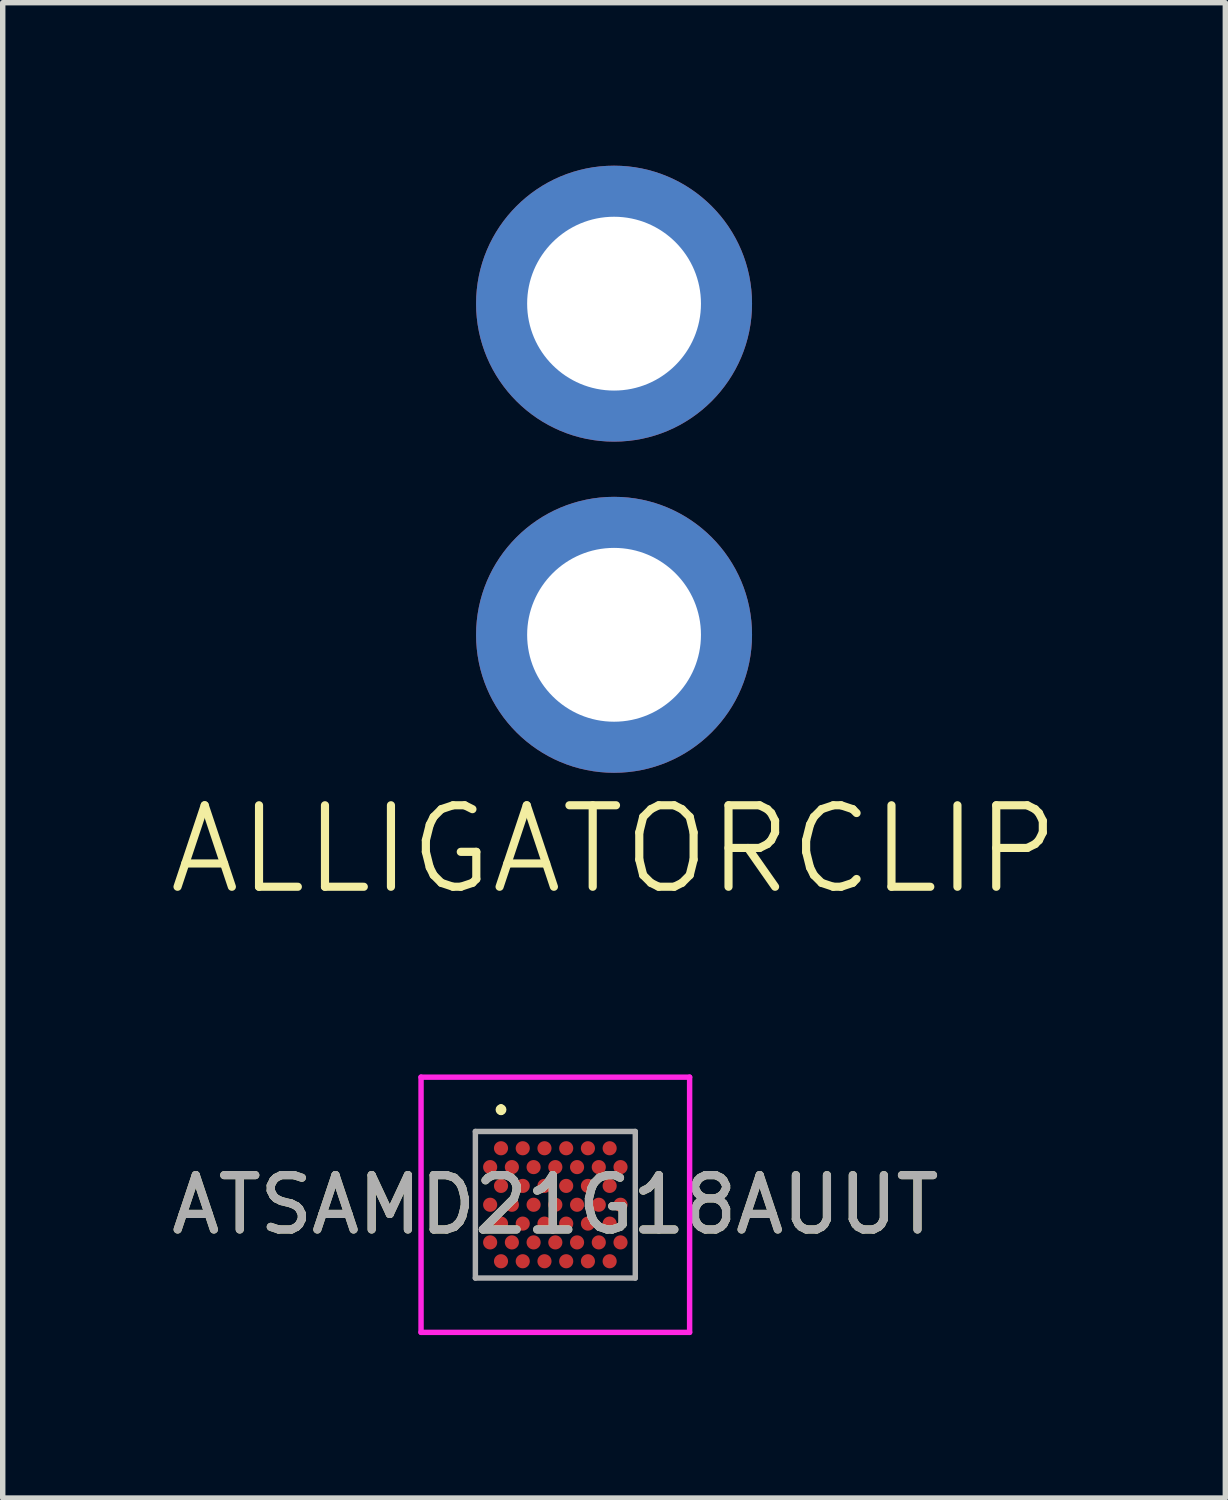
<source format=kicad_pcb>
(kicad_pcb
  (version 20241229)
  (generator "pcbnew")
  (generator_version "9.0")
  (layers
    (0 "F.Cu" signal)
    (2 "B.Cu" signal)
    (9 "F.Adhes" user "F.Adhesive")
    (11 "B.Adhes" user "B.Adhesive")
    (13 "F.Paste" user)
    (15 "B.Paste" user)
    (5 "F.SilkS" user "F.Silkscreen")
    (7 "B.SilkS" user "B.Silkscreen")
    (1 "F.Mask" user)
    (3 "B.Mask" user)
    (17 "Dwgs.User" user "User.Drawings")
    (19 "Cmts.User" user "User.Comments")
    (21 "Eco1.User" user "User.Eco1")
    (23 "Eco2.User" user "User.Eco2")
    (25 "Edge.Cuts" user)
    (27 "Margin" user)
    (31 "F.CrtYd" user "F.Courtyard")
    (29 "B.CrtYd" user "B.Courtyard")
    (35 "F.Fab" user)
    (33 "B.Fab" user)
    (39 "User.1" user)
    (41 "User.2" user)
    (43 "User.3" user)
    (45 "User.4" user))
  (footprint "ATSAMD21G18AUUT"
    (layer "F.Cu")
    (at 7.173 19.128)
    (property "Reference" "ATSAMD21G18AUUT" (at 0 0 0) (layer "F.SilkS") (effects (font (size 1 1) (thickness 0.15))))
    (attr smd)
    (fp_line (start -1 -1.8) (end -1 -1.8) (stroke (width 0.1) (type solid)) (layer "F.SilkS"))
    (fp_line (start -1 -1.7) (end -1 -1.7) (stroke (width 0.1) (type solid)) (layer "F.SilkS"))
    (fp_arc (start -1 -1.8) (mid -0.95 -1.75) (end -1 -1.7) (stroke (width 0.1) (type solid)) (layer "F.SilkS"))
    (fp_arc (start -1 -1.7) (mid -1.05 -1.75) (end -1 -1.8) (stroke (width 0.1) (type solid)) (layer "F.SilkS"))
    (fp_line (start -2.472 -2.349) (end 2.472 -2.349) (stroke (width 0.1) (type solid)) (layer "F.CrtYd"))
    (fp_line (start -2.472 2.349) (end -2.472 -2.349) (stroke (width 0.1) (type solid)) (layer "F.CrtYd"))
    (fp_line (start 2.472 -2.349) (end 2.472 2.349) (stroke (width 0.1) (type solid)) (layer "F.CrtYd"))
    (fp_line (start 2.472 2.349) (end -2.472 2.349) (stroke (width 0.1) (type solid)) (layer "F.CrtYd"))
    (fp_line (start -1.472 -1.349) (end -1.472 1.349) (stroke (width 0.1) (type solid)) (layer "F.Fab"))
    (fp_line (start -1.472 1.349) (end 1.472 1.349) (stroke (width 0.1) (type solid)) (layer "F.Fab"))
    (fp_line (start 1.472 -1.349) (end -1.472 -1.349) (stroke (width 0.1) (type solid)) (layer "F.Fab"))
    (fp_line (start 1.472 1.349) (end 1.472 -1.349) (stroke (width 0.1) (type solid)) (layer "F.Fab"))
    (fp_text user "${REFERENCE}" (at 0 0 0) (layer "F.Fab") (effects (font (size 1 1) (thickness 0.15))))
    (pad "A2" smd circle (at -1 -1.04 90) (size 0.26 0.26) (layers "F.Cu" "F.Mask" "F.Paste"))
    (pad "A4" smd circle (at -0.6 -1.04 90) (size 0.26 0.26) (layers "F.Cu" "F.Mask" "F.Paste"))
    (pad "A6" smd circle (at -0.2 -1.04 90) (size 0.26 0.26) (layers "F.Cu" "F.Mask" "F.Paste"))
    (pad "A8" smd circle (at 0.2 -1.04 90) (size 0.26 0.26) (layers "F.Cu" "F.Mask" "F.Paste"))
    (pad "A10" smd circle (at 0.6 -1.04 90) (size 0.26 0.26) (layers "F.Cu" "F.Mask" "F.Paste"))
    (pad "A12" smd circle (at 1 -1.04 90) (size 0.26 0.26) (layers "F.Cu" "F.Mask" "F.Paste"))
    (pad "B1" smd circle (at -1.2 -0.693 90) (size 0.26 0.26) (layers "F.Cu" "F.Mask" "F.Paste"))
    (pad "B3" smd circle (at -0.8 -0.693 90) (size 0.26 0.26) (layers "F.Cu" "F.Mask" "F.Paste"))
    (pad "B5" smd circle (at -0.4 -0.693 90) (size 0.26 0.26) (layers "F.Cu" "F.Mask" "F.Paste"))
    (pad "B7" smd circle (at 0 -0.693 90) (size 0.26 0.26) (layers "F.Cu" "F.Mask" "F.Paste"))
    (pad "B9" smd circle (at 0.4 -0.693 90) (size 0.26 0.26) (layers "F.Cu" "F.Mask" "F.Paste"))
    (pad "B11" smd circle (at 0.8 -0.693 90) (size 0.26 0.26) (layers "F.Cu" "F.Mask" "F.Paste"))
    (pad "B13" smd circle (at 1.2 -0.693 90) (size 0.26 0.26) (layers "F.Cu" "F.Mask" "F.Paste"))
    (pad "C2" smd circle (at -1 -0.347 90) (size 0.26 0.26) (layers "F.Cu" "F.Mask" "F.Paste"))
    (pad "C4" smd circle (at -0.6 -0.347 90) (size 0.26 0.26) (layers "F.Cu" "F.Mask" "F.Paste"))
    (pad "C6" smd circle (at -0.2 -0.347 90) (size 0.26 0.26) (layers "F.Cu" "F.Mask" "F.Paste"))
    (pad "C8" smd circle (at 0.2 -0.347 90) (size 0.26 0.26) (layers "F.Cu" "F.Mask" "F.Paste"))
    (pad "C10" smd circle (at 0.6 -0.347 90) (size 0.26 0.26) (layers "F.Cu" "F.Mask" "F.Paste"))
    (pad "C12" smd circle (at 1 -0.347 90) (size 0.26 0.26) (layers "F.Cu" "F.Mask" "F.Paste"))
    (pad "D1" smd circle (at -1.2 0 90) (size 0.26 0.26) (layers "F.Cu" "F.Mask" "F.Paste"))
    (pad "D3" smd circle (at -0.8 0 90) (size 0.26 0.26) (layers "F.Cu" "F.Mask" "F.Paste"))
    (pad "D5" smd circle (at -0.4 0 90) (size 0.26 0.26) (layers "F.Cu" "F.Mask" "F.Paste"))
    (pad "D7" smd circle (at 0 0 90) (size 0.26 0.26) (layers "F.Cu" "F.Mask" "F.Paste"))
    (pad "D9" smd circle (at 0.4 0 90) (size 0.26 0.26) (layers "F.Cu" "F.Mask" "F.Paste"))
    (pad "D11" smd circle (at 0.8 0 90) (size 0.26 0.26) (layers "F.Cu" "F.Mask" "F.Paste"))
    (pad "D13" smd circle (at 1.2 0 90) (size 0.26 0.26) (layers "F.Cu" "F.Mask" "F.Paste"))
    (pad "E2" smd circle (at -1 0.347 90) (size 0.26 0.26) (layers "F.Cu" "F.Mask" "F.Paste"))
    (pad "E4" smd circle (at -0.6 0.347 90) (size 0.26 0.26) (layers "F.Cu" "F.Mask" "F.Paste"))
    (pad "E6" smd circle (at -0.2 0.347 90) (size 0.26 0.26) (layers "F.Cu" "F.Mask" "F.Paste"))
    (pad "E8" smd circle (at 0.2 0.347 90) (size 0.26 0.26) (layers "F.Cu" "F.Mask" "F.Paste"))
    (pad "E10" smd circle (at 0.6 0.347 90) (size 0.26 0.26) (layers "F.Cu" "F.Mask" "F.Paste"))
    (pad "E12" smd circle (at 1 0.347 90) (size 0.26 0.26) (layers "F.Cu" "F.Mask" "F.Paste"))
    (pad "F1" smd circle (at -1.2 0.693 90) (size 0.26 0.26) (layers "F.Cu" "F.Mask" "F.Paste"))
    (pad "F3" smd circle (at -0.8 0.693 90) (size 0.26 0.26) (layers "F.Cu" "F.Mask" "F.Paste"))
    (pad "F5" smd circle (at -0.4 0.693 90) (size 0.26 0.26) (layers "F.Cu" "F.Mask" "F.Paste"))
    (pad "F7" smd circle (at 0 0.693 90) (size 0.26 0.26) (layers "F.Cu" "F.Mask" "F.Paste"))
    (pad "F9" smd circle (at 0.4 0.693 90) (size 0.26 0.26) (layers "F.Cu" "F.Mask" "F.Paste"))
    (pad "F11" smd circle (at 0.8 0.693 90) (size 0.26 0.26) (layers "F.Cu" "F.Mask" "F.Paste"))
    (pad "F13" smd circle (at 1.2 0.693 90) (size 0.26 0.26) (layers "F.Cu" "F.Mask" "F.Paste"))
    (pad "G2" smd circle (at -1 1.04 90) (size 0.26 0.26) (layers "F.Cu" "F.Mask" "F.Paste"))
    (pad "G4" smd circle (at -0.6 1.04 90) (size 0.26 0.26) (layers "F.Cu" "F.Mask" "F.Paste"))
    (pad "G6" smd circle (at -0.2 1.04 90) (size 0.26 0.26) (layers "F.Cu" "F.Mask" "F.Paste"))
    (pad "G8" smd circle (at 0.2 1.04 90) (size 0.26 0.26) (layers "F.Cu" "F.Mask" "F.Paste"))
    (pad "G10" smd circle (at 0.6 1.04 90) (size 0.26 0.26) (layers "F.Cu" "F.Mask" "F.Paste"))
    (pad "G12" smd circle (at 1 1.04 90) (size 0.26 0.26) (layers "F.Cu" "F.Mask" "F.Paste")))
  (footprint "ALLIGATORCLIP"
    (layer "F.Cu")
    (at 8.254 5.588)
    (property "Reference" "ALLIGATORCLIP" (at 0 7 0) (layer "F.SilkS") (effects (font (size 1.5 1.5) (thickness 0.15))))
    (attr through_hole)
    (pad "1" thru_hole circle (at 0 -3.048) (size 5.08 5.08) (drill 3.2) (layers "*.Cu" "*.Mask"))
    (pad "1" thru_hole circle (at 0 3.048) (size 5.08 5.08) (drill 3.2) (layers "*.Cu" "*.Mask")))
  (gr_rect
    (start -3 -3)
    (end 19.507 24.527)
    (stroke (width 0.1) (type default))
    (fill no)
    (layer "Edge.Cuts")))
</source>
